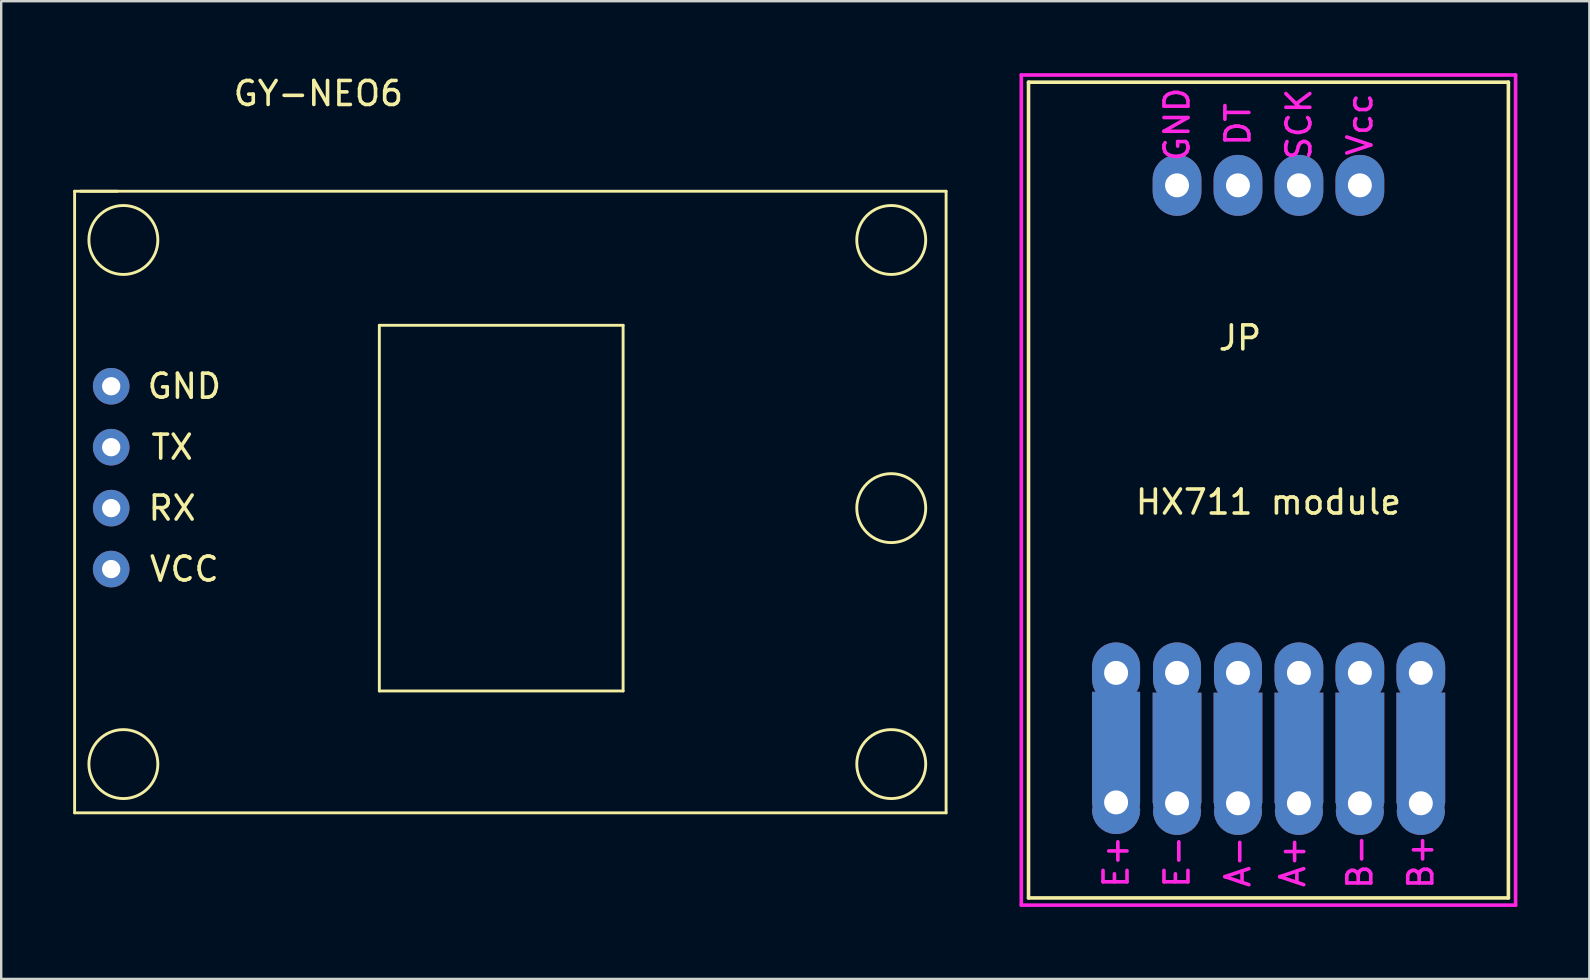
<source format=kicad_pcb>
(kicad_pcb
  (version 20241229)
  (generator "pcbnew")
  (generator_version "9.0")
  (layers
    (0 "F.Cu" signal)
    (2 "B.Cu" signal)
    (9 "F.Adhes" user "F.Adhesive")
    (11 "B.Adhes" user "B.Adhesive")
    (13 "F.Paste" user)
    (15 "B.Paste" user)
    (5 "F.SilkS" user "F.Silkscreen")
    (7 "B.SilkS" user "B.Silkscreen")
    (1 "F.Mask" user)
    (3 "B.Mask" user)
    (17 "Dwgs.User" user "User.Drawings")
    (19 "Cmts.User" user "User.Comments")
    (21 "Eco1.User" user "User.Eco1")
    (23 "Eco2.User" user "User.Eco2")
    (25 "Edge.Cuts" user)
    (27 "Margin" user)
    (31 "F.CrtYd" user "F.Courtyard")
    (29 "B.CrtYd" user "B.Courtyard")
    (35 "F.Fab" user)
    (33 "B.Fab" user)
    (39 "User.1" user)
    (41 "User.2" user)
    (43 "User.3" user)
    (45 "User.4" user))
  (footprint "HX711 module"
    (layer "F.Cu")
    (at 49.817 17.375)
    (property "Reference" "HX711 module" (at 0 0.5 0) (layer "F.SilkS") (effects (font (size 1 1) (thickness 0.15))))
    (attr through_hole)
    (fp_line (start -10 -17) (end -10 17) (stroke (width 0.15) (type solid)) (layer "F.SilkS"))
    (fp_line (start -10 -17) (end 10 -17) (stroke (width 0.15) (type solid)) (layer "F.SilkS"))
    (fp_line (start -10 17) (end 10 17) (stroke (width 0.15) (type solid)) (layer "F.SilkS"))
    (fp_line (start 10 -17) (end 10 17) (stroke (width 0.15) (type solid)) (layer "F.SilkS"))
    (fp_line (start -10.3 -17.3) (end 10.3 -17.3) (stroke (width 0.15) (type solid)) (layer "F.CrtYd"))
    (fp_line (start -10.3 17.3) (end -10.3 -17.3) (stroke (width 0.15) (type solid)) (layer "F.CrtYd"))
    (fp_line (start 10.3 -17.3) (end 10.3 17.3) (stroke (width 0.15) (type solid)) (layer "F.CrtYd"))
    (fp_line (start 10.3 17.3) (end -10.3 17.3) (stroke (width 0.15) (type solid)) (layer "F.CrtYd"))
    (fp_text user "JP" (at -1.189 -6.34 0) (layer "F.SilkS") (effects (font (size 1 1) (thickness 0.15))))
    (fp_text user "SCK" (at 1.27 -15.24 90) (unlocked yes) (layer "F.CrtYd") (effects (font (size 1 1) (thickness 0.15))))
    (fp_text user "GND" (at -3.81 -15.24 90) (unlocked yes) (layer "F.CrtYd") (effects (font (size 1 1) (thickness 0.15))))
    (fp_text user "B-" (at 3.81 15.494 90) (unlocked yes) (layer "F.CrtYd") (effects (font (size 1 1) (thickness 0.15))))
    (fp_text user "DT" (at -1.27 -15.24 90) (unlocked yes) (layer "F.CrtYd") (effects (font (size 1 1) (thickness 0.15))))
    (fp_text user "A-" (at -1.27 15.494 90) (unlocked yes) (layer "F.CrtYd") (effects (font (size 1 1) (thickness 0.15))))
    (fp_text user "Vcc" (at 3.81 -15.24 90) (unlocked yes) (layer "F.CrtYd") (effects (font (size 1 1) (thickness 0.15))))
    (fp_text user "E+" (at -6.35 15.494 90) (unlocked yes) (layer "F.CrtYd") (effects (font (size 1 1) (thickness 0.15))))
    (fp_text user "B+" (at 6.35 15.494 90) (unlocked yes) (layer "F.CrtYd") (effects (font (size 1 1) (thickness 0.15))))
    (fp_text user "E-" (at -3.81 15.494 90) (unlocked yes) (layer "F.CrtYd") (effects (font (size 1 1) (thickness 0.15))))
    (fp_text user "A+" (at 1.016 15.494 90) (unlocked yes) (layer "F.CrtYd") (effects (font (size 1 1) (thickness 0.15))))
    (pad "1" thru_hole oval (at 3.81 -12.7) (size 2.032 2.54) (drill 1) (layers "*.Cu" "*.Mask"))
    (pad "2" thru_hole oval (at 1.27 -12.7) (size 2.032 2.54) (drill 1) (layers "*.Cu" "*.Mask"))
    (pad "3" thru_hole oval (at -1.27 -12.7) (size 2.032 2.54) (drill 1) (layers "*.Cu" "*.Mask"))
    (pad "4" thru_hole oval (at -3.81 -12.7) (size 2.032 2.54) (drill 1) (layers "*.Cu" "*.Mask"))
    (pad "5" thru_hole oval (at -6.35 7.62) (size 2 2.54) (drill 1) (layers "*.Cu" "*.Mask"))
    (pad "5" thru_hole custom (at -6.35 13.018) (size 2 2) (drill oval 1) (layers "*.Cu" "*.Mask") (options (anchor circle)) (primitives (gr_poly (pts (xy -1 0) (xy -1 -4.61) (xy 1 -4.61) (xy 1 0)) (width 0) (fill yes)) (gr_arc (start 0.6858 0.3175) (mid 0 1.0033) (end -0.6858 0.3175) (width 0.635))))
    (pad "6" thru_hole oval (at -3.81 7.62) (size 2 2.54) (drill 1) (layers "*.Cu" "*.Mask"))
    (pad "6" thru_hole custom (at -3.81 13.054) (size 2 2) (drill oval 1) (layers "*.Cu" "*.Mask") (options (anchor circle)) (primitives (gr_poly (pts (xy -1.016 0) (xy -1.016 -4.61) (xy 1.016 -4.61) (xy 1.016 0)) (width 0) (fill yes)) (gr_arc (start 0.6858 0.3175) (mid 0 1.0033) (end -0.6858 0.3175) (width 0.635))))
    (pad "7" thru_hole oval (at -1.27 7.62) (size 2 2.54) (drill 1) (layers "*.Cu" "*.Mask"))
    (pad "7" thru_hole custom (at -1.27 13.054) (size 2 2) (drill oval 1) (layers "*.Cu" "*.Mask") (options (anchor circle)) (primitives (gr_poly (pts (xy -1.016 0) (xy -1.016 -4.61) (xy 1.016 -4.61) (xy 1.016 0)) (width 0) (fill yes)) (gr_arc (start 0.6858 0.3175) (mid 0 1.0033) (end -0.6858 0.3175) (width 0.635))))
    (pad "8" thru_hole oval (at 1.27 7.62) (size 2.032 2.54) (drill 1) (layers "*.Cu" "*.Mask"))
    (pad "8" thru_hole custom (at 1.27 13.054) (size 2 2) (drill 1) (layers "*.Cu" "*.Mask") (options (anchor circle)) (primitives (gr_poly (pts (xy -1.016 0) (xy -1.016 -4.61) (xy 1.016 -4.61) (xy 1.016 0)) (width 0) (fill yes)) (gr_arc (start 0.6858 0.3175) (mid 0 1.0033) (end -0.6858 0.3175) (width 0.635))))
    (pad "9" thru_hole oval (at 3.81 7.62) (size 2.032 2.54) (drill 1) (layers "*.Cu" "*.Mask"))
    (pad "9" thru_hole custom (at 3.81 13.054) (size 2 2) (drill 1) (layers "*.Cu" "*.Mask") (options (anchor circle)) (primitives (gr_poly (pts (xy -1.016 0) (xy -1.016 -4.61) (xy 1.016 -4.61) (xy 1.016 0)) (width 0) (fill yes)) (gr_arc (start 0.6858 0.3175) (mid 0 1.0033) (end -0.6858 0.3175) (width 0.635))))
    (pad "10" thru_hole oval (at 6.35 7.62) (size 2.032 2.54) (drill 1) (layers "*.Cu" "*.Mask"))
    (pad "10" thru_hole custom (at 6.35 13.054) (size 2 2) (drill 1) (layers "*.Cu" "*.Mask") (options (anchor circle)) (primitives (gr_poly (pts (xy -1.016 0) (xy -1.016 -4.61) (xy 1.016 -4.61) (xy 1.016 0)) (width 0) (fill yes)) (gr_arc (start 0.6858 0.3175) (mid 0 1.0033) (end -0.6858 0.3175) (width 0.635)))))
  (footprint "GY-NEO6"
    (layer "F.Cu")
    (at 10.22 0.348)
    (property "Reference" "GY-NEO6" (at 0 0.5 0) (layer "F.SilkS") (effects (font (size 1 1) (thickness 0.15))))
    (attr through_hole)
    (fp_line (start -10.16 4.572) (end -8.382 4.572) (stroke (width 0.12) (type solid)) (layer "F.SilkS"))
    (fp_line (start -10.16 30.48) (end -10.16 4.572) (stroke (width 0.12) (type solid)) (layer "F.SilkS"))
    (fp_line (start -9.906 4.572) (end 26.162 4.572) (stroke (width 0.12) (type solid)) (layer "F.SilkS"))
    (fp_line (start 2.54 10.16) (end 12.7 10.16) (stroke (width 0.12) (type solid)) (layer "F.SilkS"))
    (fp_line (start 2.54 25.4) (end 2.54 10.16) (stroke (width 0.12) (type solid)) (layer "F.SilkS"))
    (fp_line (start 12.7 10.16) (end 12.7 25.4) (stroke (width 0.12) (type solid)) (layer "F.SilkS"))
    (fp_line (start 12.7 25.4) (end 2.54 25.4) (stroke (width 0.12) (type solid)) (layer "F.SilkS"))
    (fp_line (start 26.162 4.572) (end 26.162 30.48) (stroke (width 0.12) (type solid)) (layer "F.SilkS"))
    (fp_line (start 26.162 30.48) (end -10.16 30.48) (stroke (width 0.12) (type solid)) (layer "F.SilkS"))
    (fp_circle (center -8.128 6.604) (end -9.144 5.588) (stroke (width 0.12) (type solid)) (fill no) (layer "F.SilkS"))
    (fp_circle (center -8.128 28.448) (end -9.144 27.432) (stroke (width 0.12) (type solid)) (fill no) (layer "F.SilkS"))
    (fp_circle (center 23.876 6.604) (end 22.86 5.588) (stroke (width 0.12) (type solid)) (fill no) (layer "F.SilkS"))
    (fp_circle (center 23.876 17.78) (end 22.86 16.764) (stroke (width 0.12) (type solid)) (fill no) (layer "F.SilkS"))
    (fp_circle (center 23.876 28.448) (end 22.86 27.432) (stroke (width 0.12) (type solid)) (fill no) (layer "F.SilkS"))
    (fp_text user "GND" (at -5.588 12.7 0) (layer "F.SilkS") (effects (font (size 1 1) (thickness 0.15))))
    (fp_text user "TX" (at -6.096 15.24 0) (layer "F.SilkS") (effects (font (size 1 1) (thickness 0.15))))
    (fp_text user "RX" (at -6.096 17.78 0) (layer "F.SilkS") (effects (font (size 1 1) (thickness 0.15))))
    (fp_text user "VCC" (at -5.588 20.32 0) (layer "F.SilkS") (effects (font (size 1 1) (thickness 0.15))))
    (pad "1" thru_hole circle (at -8.636 12.7) (size 1.524 1.524) (drill 0.762) (layers "*.Cu" "*.Mask"))
    (pad "2" thru_hole circle (at -8.636 15.24) (size 1.524 1.524) (drill 0.762) (layers "*.Cu" "*.Mask"))
    (pad "3" thru_hole circle (at -8.636 17.78) (size 1.524 1.524) (drill 0.762) (layers "*.Cu" "*.Mask"))
    (pad "4" thru_hole circle (at -8.636 20.32) (size 1.524 1.524) (drill 0.762) (layers "*.Cu" "*.Mask")))
  (gr_rect
    (start -3 -3)
    (end 63.192 37.75)
    (stroke (width 0.1) (type default))
    (fill no)
    (layer "Edge.Cuts")))
</source>
